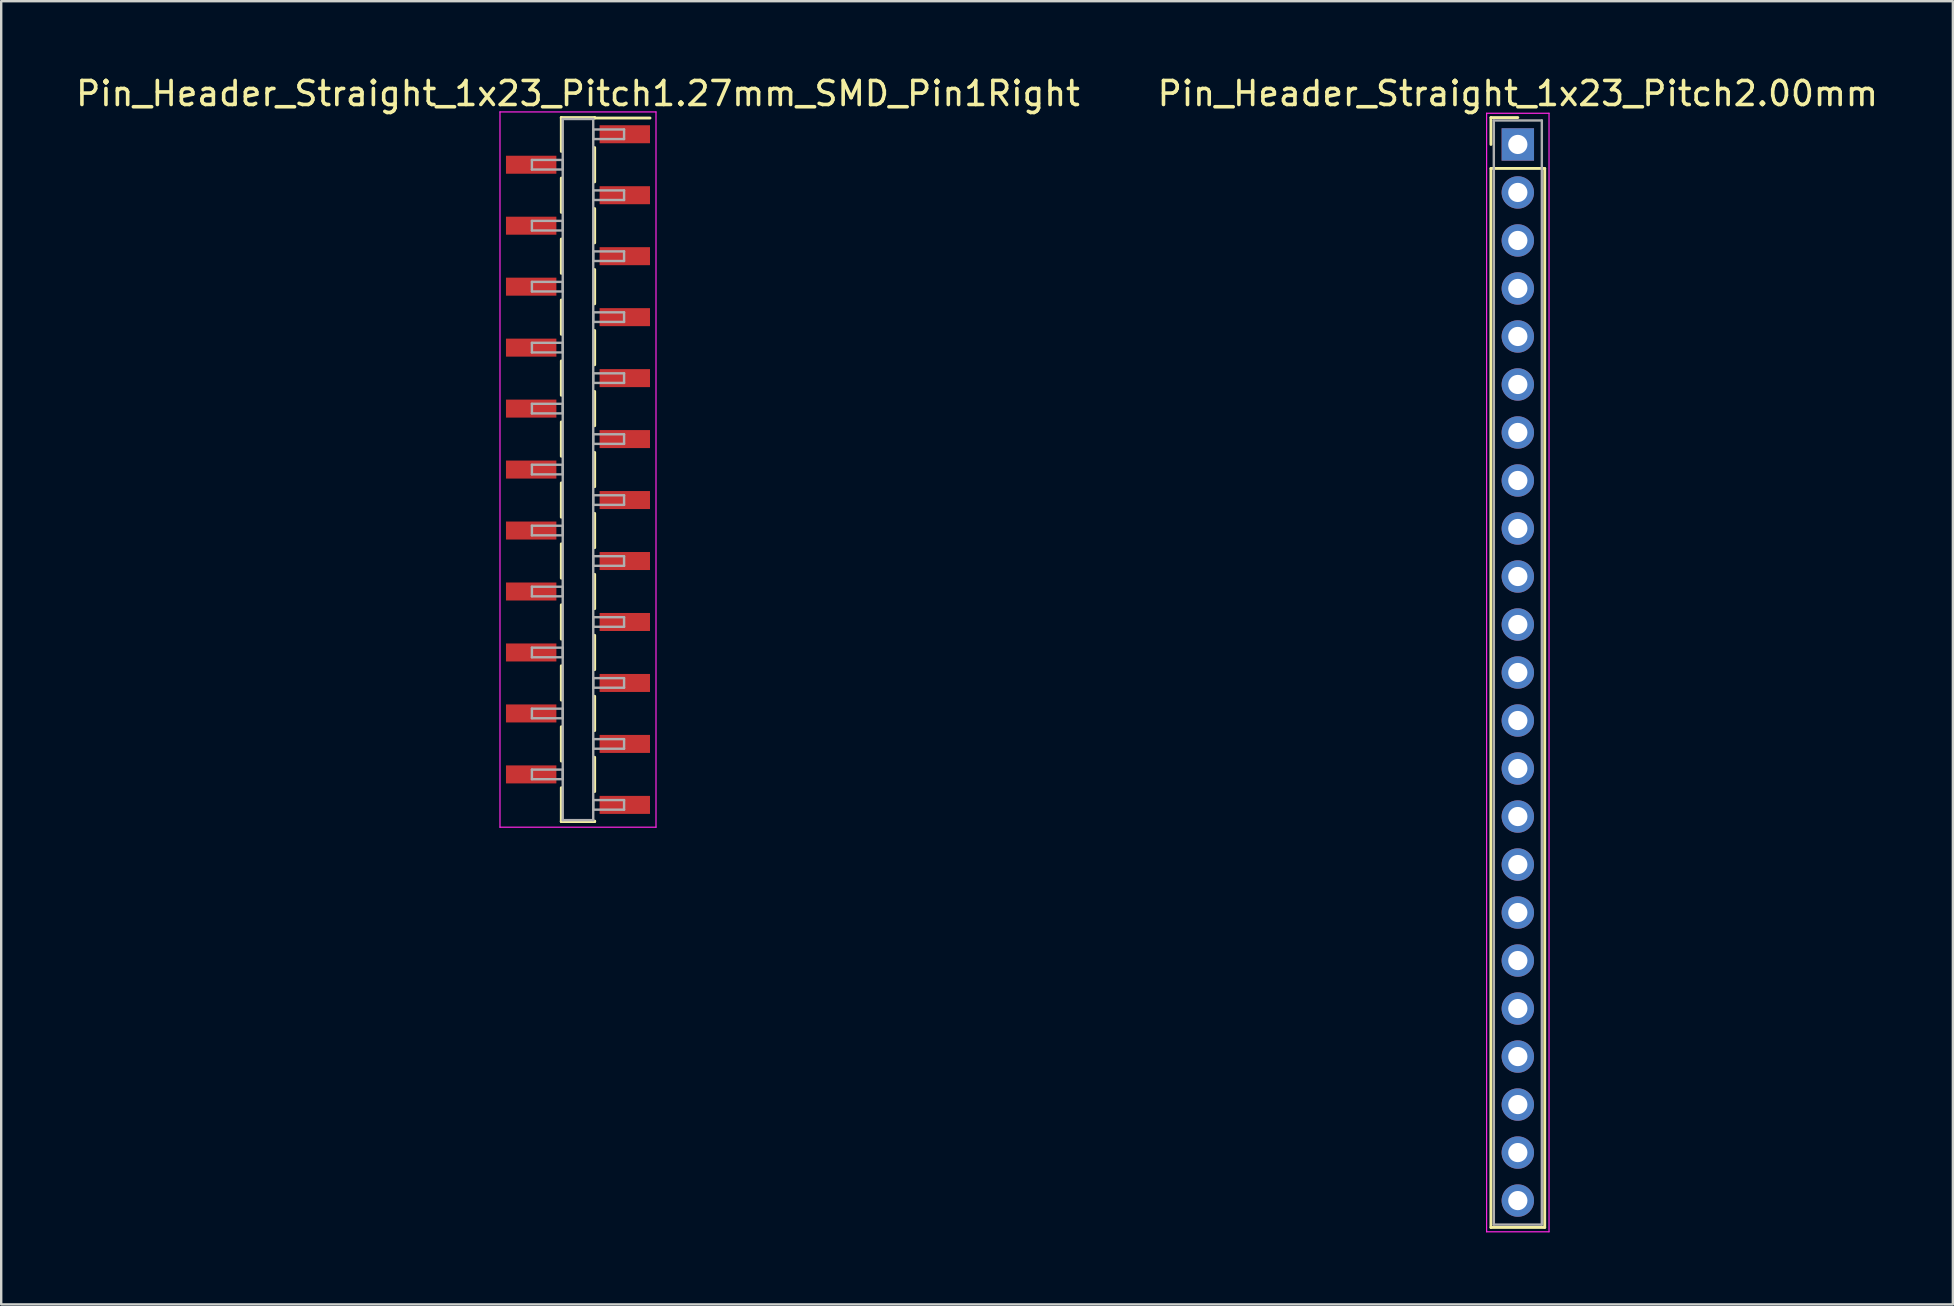
<source format=kicad_pcb>
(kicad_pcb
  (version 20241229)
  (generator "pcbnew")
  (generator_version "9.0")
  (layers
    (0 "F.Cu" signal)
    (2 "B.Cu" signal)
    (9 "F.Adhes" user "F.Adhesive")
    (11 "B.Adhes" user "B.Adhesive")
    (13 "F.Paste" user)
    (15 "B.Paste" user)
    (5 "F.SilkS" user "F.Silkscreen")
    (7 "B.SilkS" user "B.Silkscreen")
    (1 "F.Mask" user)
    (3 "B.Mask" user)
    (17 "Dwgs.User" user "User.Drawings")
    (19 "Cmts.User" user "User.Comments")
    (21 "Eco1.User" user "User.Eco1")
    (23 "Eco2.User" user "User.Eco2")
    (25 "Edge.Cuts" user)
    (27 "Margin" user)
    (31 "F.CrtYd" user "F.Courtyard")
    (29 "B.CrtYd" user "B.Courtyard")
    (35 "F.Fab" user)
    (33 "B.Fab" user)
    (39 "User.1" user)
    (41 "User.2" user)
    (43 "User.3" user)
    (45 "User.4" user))
  (footprint "Pin_Header_Straight_1x23_Pitch2.00mm"
    (layer "F.Cu")
    (at 60.185 2.968)
    (property "Reference" "Pin_Header_Straight_1x23_Pitch2.00mm" (at 0 -2.12 0) (layer "F.SilkS") (effects (font (size 1 1) (thickness 0.15))))
    (attr through_hole)
    (fp_line (start -1.12 -1.12) (end 0 -1.12) (stroke (width 0.12) (type solid)) (layer "F.SilkS"))
    (fp_line (start -1.12 0) (end -1.12 -1.12) (stroke (width 0.12) (type solid)) (layer "F.SilkS"))
    (fp_line (start -1.12 1) (end -1.12 45.12) (stroke (width 0.12) (type solid)) (layer "F.SilkS"))
    (fp_line (start -1.12 45.12) (end 1.12 45.12) (stroke (width 0.12) (type solid)) (layer "F.SilkS"))
    (fp_line (start 1.12 1) (end -1.12 1) (stroke (width 0.12) (type solid)) (layer "F.SilkS"))
    (fp_line (start 1.12 45.12) (end 1.12 1) (stroke (width 0.12) (type solid)) (layer "F.SilkS"))
    (fp_line (start -1.3 -1.3) (end -1.3 45.3) (stroke (width 0.05) (type solid)) (layer "F.CrtYd"))
    (fp_line (start -1.3 45.3) (end 1.3 45.3) (stroke (width 0.05) (type solid)) (layer "F.CrtYd"))
    (fp_line (start 1.3 -1.3) (end -1.3 -1.3) (stroke (width 0.05) (type solid)) (layer "F.CrtYd"))
    (fp_line (start 1.3 45.3) (end 1.3 -1.3) (stroke (width 0.05) (type solid)) (layer "F.CrtYd"))
    (fp_line (start -1 -1) (end -1 45) (stroke (width 0.1) (type solid)) (layer "F.Fab"))
    (fp_line (start -1 45) (end 1 45) (stroke (width 0.1) (type solid)) (layer "F.Fab"))
    (fp_line (start 1 -1) (end -1 -1) (stroke (width 0.1) (type solid)) (layer "F.Fab"))
    (fp_line (start 1 45) (end 1 -1) (stroke (width 0.1) (type solid)) (layer "F.Fab"))
    (pad "1" thru_hole rect (at 0 0) (size 1.35 1.35) (drill 0.8) (layers "*.Cu" "*.Mask"))
    (pad "2" thru_hole oval (at 0 2) (size 1.35 1.35) (drill 0.8) (layers "*.Cu" "*.Mask"))
    (pad "3" thru_hole oval (at 0 4) (size 1.35 1.35) (drill 0.8) (layers "*.Cu" "*.Mask"))
    (pad "4" thru_hole oval (at 0 6) (size 1.35 1.35) (drill 0.8) (layers "*.Cu" "*.Mask"))
    (pad "5" thru_hole oval (at 0 8) (size 1.35 1.35) (drill 0.8) (layers "*.Cu" "*.Mask"))
    (pad "6" thru_hole oval (at 0 10) (size 1.35 1.35) (drill 0.8) (layers "*.Cu" "*.Mask"))
    (pad "7" thru_hole oval (at 0 12) (size 1.35 1.35) (drill 0.8) (layers "*.Cu" "*.Mask"))
    (pad "8" thru_hole oval (at 0 14) (size 1.35 1.35) (drill 0.8) (layers "*.Cu" "*.Mask"))
    (pad "9" thru_hole oval (at 0 16) (size 1.35 1.35) (drill 0.8) (layers "*.Cu" "*.Mask"))
    (pad "10" thru_hole oval (at 0 18) (size 1.35 1.35) (drill 0.8) (layers "*.Cu" "*.Mask"))
    (pad "11" thru_hole oval (at 0 20) (size 1.35 1.35) (drill 0.8) (layers "*.Cu" "*.Mask"))
    (pad "12" thru_hole oval (at 0 22) (size 1.35 1.35) (drill 0.8) (layers "*.Cu" "*.Mask"))
    (pad "13" thru_hole oval (at 0 24) (size 1.35 1.35) (drill 0.8) (layers "*.Cu" "*.Mask"))
    (pad "14" thru_hole oval (at 0 26) (size 1.35 1.35) (drill 0.8) (layers "*.Cu" "*.Mask"))
    (pad "15" thru_hole oval (at 0 28) (size 1.35 1.35) (drill 0.8) (layers "*.Cu" "*.Mask"))
    (pad "16" thru_hole oval (at 0 30) (size 1.35 1.35) (drill 0.8) (layers "*.Cu" "*.Mask"))
    (pad "17" thru_hole oval (at 0 32) (size 1.35 1.35) (drill 0.8) (layers "*.Cu" "*.Mask"))
    (pad "18" thru_hole oval (at 0 34) (size 1.35 1.35) (drill 0.8) (layers "*.Cu" "*.Mask"))
    (pad "19" thru_hole oval (at 0 36) (size 1.35 1.35) (drill 0.8) (layers "*.Cu" "*.Mask"))
    (pad "20" thru_hole oval (at 0 38) (size 1.35 1.35) (drill 0.8) (layers "*.Cu" "*.Mask"))
    (pad "21" thru_hole oval (at 0 40) (size 1.35 1.35) (drill 0.8) (layers "*.Cu" "*.Mask"))
    (pad "22" thru_hole oval (at 0 42) (size 1.35 1.35) (drill 0.8) (layers "*.Cu" "*.Mask"))
    (pad "23" thru_hole oval (at 0 44) (size 1.35 1.35) (drill 0.8) (layers "*.Cu" "*.Mask")))
  (footprint "Pin_Header_Straight_1x23_Pitch1.27mm_SMD_Pin1Right"
    (layer "F.Cu")
    (at 21.03 16.513)
    (property "Reference" "Pin_Header_Straight_1x23_Pitch1.27mm_SMD_Pin1Right" (at 0 -15.665 0) (layer "F.SilkS") (effects (font (size 1 1) (thickness 0.15))))
    (attr smd)
    (fp_line (start -0.695 -14.665) (end -0.695 -13.255) (stroke (width 0.12) (type solid)) (layer "F.SilkS"))
    (fp_line (start -0.695 -14.665) (end 0.695 -14.665) (stroke (width 0.12) (type solid)) (layer "F.SilkS"))
    (fp_line (start -0.695 -14.645) (end -0.695 -14.665) (stroke (width 0.12) (type solid)) (layer "F.SilkS"))
    (fp_line (start -0.695 -12.145) (end -0.695 -10.715) (stroke (width 0.12) (type solid)) (layer "F.SilkS"))
    (fp_line (start -0.695 -9.605) (end -0.695 -8.175) (stroke (width 0.12) (type solid)) (layer "F.SilkS"))
    (fp_line (start -0.695 -7.065) (end -0.695 -5.635) (stroke (width 0.12) (type solid)) (layer "F.SilkS"))
    (fp_line (start -0.695 -4.525) (end -0.695 -3.095) (stroke (width 0.12) (type solid)) (layer "F.SilkS"))
    (fp_line (start -0.695 -1.985) (end -0.695 -0.555) (stroke (width 0.12) (type solid)) (layer "F.SilkS"))
    (fp_line (start -0.695 0.555) (end -0.695 1.985) (stroke (width 0.12) (type solid)) (layer "F.SilkS"))
    (fp_line (start -0.695 3.095) (end -0.695 4.525) (stroke (width 0.12) (type solid)) (layer "F.SilkS"))
    (fp_line (start -0.695 5.635) (end -0.695 7.065) (stroke (width 0.12) (type solid)) (layer "F.SilkS"))
    (fp_line (start -0.695 8.175) (end -0.695 9.605) (stroke (width 0.12) (type solid)) (layer "F.SilkS"))
    (fp_line (start -0.695 10.715) (end -0.695 12.145) (stroke (width 0.12) (type solid)) (layer "F.SilkS"))
    (fp_line (start -0.695 13.255) (end -0.695 14.665) (stroke (width 0.12) (type solid)) (layer "F.SilkS"))
    (fp_line (start -0.695 14.645) (end -0.695 14.665) (stroke (width 0.12) (type solid)) (layer "F.SilkS"))
    (fp_line (start -0.695 14.665) (end 0.695 14.665) (stroke (width 0.12) (type solid)) (layer "F.SilkS"))
    (fp_line (start 0.695 -14.665) (end 0.695 -14.645) (stroke (width 0.12) (type solid)) (layer "F.SilkS"))
    (fp_line (start 0.695 -14.645) (end 3 -14.645) (stroke (width 0.12) (type solid)) (layer "F.SilkS"))
    (fp_line (start 0.695 -13.415) (end 0.695 -11.985) (stroke (width 0.12) (type solid)) (layer "F.SilkS"))
    (fp_line (start 0.695 -10.875) (end 0.695 -9.445) (stroke (width 0.12) (type solid)) (layer "F.SilkS"))
    (fp_line (start 0.695 -8.335) (end 0.695 -6.905) (stroke (width 0.12) (type solid)) (layer "F.SilkS"))
    (fp_line (start 0.695 -5.795) (end 0.695 -4.365) (stroke (width 0.12) (type solid)) (layer "F.SilkS"))
    (fp_line (start 0.695 -3.255) (end 0.695 -1.825) (stroke (width 0.12) (type solid)) (layer "F.SilkS"))
    (fp_line (start 0.695 -0.715) (end 0.695 0.715) (stroke (width 0.12) (type solid)) (layer "F.SilkS"))
    (fp_line (start 0.695 1.825) (end 0.695 3.255) (stroke (width 0.12) (type solid)) (layer "F.SilkS"))
    (fp_line (start 0.695 4.365) (end 0.695 5.795) (stroke (width 0.12) (type solid)) (layer "F.SilkS"))
    (fp_line (start 0.695 6.905) (end 0.695 8.335) (stroke (width 0.12) (type solid)) (layer "F.SilkS"))
    (fp_line (start 0.695 9.445) (end 0.695 10.875) (stroke (width 0.12) (type solid)) (layer "F.SilkS"))
    (fp_line (start 0.695 11.985) (end 0.695 13.415) (stroke (width 0.12) (type solid)) (layer "F.SilkS"))
    (fp_line (start 0.695 14.665) (end 0.695 14.645) (stroke (width 0.12) (type solid)) (layer "F.SilkS"))
    (fp_line (start -3.25 -14.9) (end -3.25 14.9) (stroke (width 0.05) (type solid)) (layer "F.CrtYd"))
    (fp_line (start -3.25 14.9) (end 3.25 14.9) (stroke (width 0.05) (type solid)) (layer "F.CrtYd"))
    (fp_line (start 3.25 -14.9) (end -3.25 -14.9) (stroke (width 0.05) (type solid)) (layer "F.CrtYd"))
    (fp_line (start 3.25 14.9) (end 3.25 -14.9) (stroke (width 0.05) (type solid)) (layer "F.CrtYd"))
    (fp_line (start -1.92 -12.9) (end -0.635 -12.9) (stroke (width 0.1) (type solid)) (layer "F.Fab"))
    (fp_line (start -1.92 -12.5) (end -1.92 -12.9) (stroke (width 0.1) (type solid)) (layer "F.Fab"))
    (fp_line (start -1.92 -10.36) (end -0.635 -10.36) (stroke (width 0.1) (type solid)) (layer "F.Fab"))
    (fp_line (start -1.92 -9.96) (end -1.92 -10.36) (stroke (width 0.1) (type solid)) (layer "F.Fab"))
    (fp_line (start -1.92 -7.82) (end -0.635 -7.82) (stroke (width 0.1) (type solid)) (layer "F.Fab"))
    (fp_line (start -1.92 -7.42) (end -1.92 -7.82) (stroke (width 0.1) (type solid)) (layer "F.Fab"))
    (fp_line (start -1.92 -5.28) (end -0.635 -5.28) (stroke (width 0.1) (type solid)) (layer "F.Fab"))
    (fp_line (start -1.92 -4.88) (end -1.92 -5.28) (stroke (width 0.1) (type solid)) (layer "F.Fab"))
    (fp_line (start -1.92 -2.74) (end -0.635 -2.74) (stroke (width 0.1) (type solid)) (layer "F.Fab"))
    (fp_line (start -1.92 -2.34) (end -1.92 -2.74) (stroke (width 0.1) (type solid)) (layer "F.Fab"))
    (fp_line (start -1.92 -0.2) (end -0.635 -0.2) (stroke (width 0.1) (type solid)) (layer "F.Fab"))
    (fp_line (start -1.92 0.2) (end -1.92 -0.2) (stroke (width 0.1) (type solid)) (layer "F.Fab"))
    (fp_line (start -1.92 2.34) (end -0.635 2.34) (stroke (width 0.1) (type solid)) (layer "F.Fab"))
    (fp_line (start -1.92 2.74) (end -1.92 2.34) (stroke (width 0.1) (type solid)) (layer "F.Fab"))
    (fp_line (start -1.92 4.88) (end -0.635 4.88) (stroke (width 0.1) (type solid)) (layer "F.Fab"))
    (fp_line (start -1.92 5.28) (end -1.92 4.88) (stroke (width 0.1) (type solid)) (layer "F.Fab"))
    (fp_line (start -1.92 7.42) (end -0.635 7.42) (stroke (width 0.1) (type solid)) (layer "F.Fab"))
    (fp_line (start -1.92 7.82) (end -1.92 7.42) (stroke (width 0.1) (type solid)) (layer "F.Fab"))
    (fp_line (start -1.92 9.96) (end -0.635 9.96) (stroke (width 0.1) (type solid)) (layer "F.Fab"))
    (fp_line (start -1.92 10.36) (end -1.92 9.96) (stroke (width 0.1) (type solid)) (layer "F.Fab"))
    (fp_line (start -1.92 12.5) (end -0.635 12.5) (stroke (width 0.1) (type solid)) (layer "F.Fab"))
    (fp_line (start -1.92 12.9) (end -1.92 12.5) (stroke (width 0.1) (type solid)) (layer "F.Fab"))
    (fp_line (start -0.635 -14.605) (end -0.635 14.605) (stroke (width 0.1) (type solid)) (layer "F.Fab"))
    (fp_line (start -0.635 -12.9) (end -0.635 -12.5) (stroke (width 0.1) (type solid)) (layer "F.Fab"))
    (fp_line (start -0.635 -12.5) (end -1.92 -12.5) (stroke (width 0.1) (type solid)) (layer "F.Fab"))
    (fp_line (start -0.635 -10.36) (end -0.635 -9.96) (stroke (width 0.1) (type solid)) (layer "F.Fab"))
    (fp_line (start -0.635 -9.96) (end -1.92 -9.96) (stroke (width 0.1) (type solid)) (layer "F.Fab"))
    (fp_line (start -0.635 -7.82) (end -0.635 -7.42) (stroke (width 0.1) (type solid)) (layer "F.Fab"))
    (fp_line (start -0.635 -7.42) (end -1.92 -7.42) (stroke (width 0.1) (type solid)) (layer "F.Fab"))
    (fp_line (start -0.635 -5.28) (end -0.635 -4.88) (stroke (width 0.1) (type solid)) (layer "F.Fab"))
    (fp_line (start -0.635 -4.88) (end -1.92 -4.88) (stroke (width 0.1) (type solid)) (layer "F.Fab"))
    (fp_line (start -0.635 -2.74) (end -0.635 -2.34) (stroke (width 0.1) (type solid)) (layer "F.Fab"))
    (fp_line (start -0.635 -2.34) (end -1.92 -2.34) (stroke (width 0.1) (type solid)) (layer "F.Fab"))
    (fp_line (start -0.635 -0.2) (end -0.635 0.2) (stroke (width 0.1) (type solid)) (layer "F.Fab"))
    (fp_line (start -0.635 0.2) (end -1.92 0.2) (stroke (width 0.1) (type solid)) (layer "F.Fab"))
    (fp_line (start -0.635 2.34) (end -0.635 2.74) (stroke (width 0.1) (type solid)) (layer "F.Fab"))
    (fp_line (start -0.635 2.74) (end -1.92 2.74) (stroke (width 0.1) (type solid)) (layer "F.Fab"))
    (fp_line (start -0.635 4.88) (end -0.635 5.28) (stroke (width 0.1) (type solid)) (layer "F.Fab"))
    (fp_line (start -0.635 5.28) (end -1.92 5.28) (stroke (width 0.1) (type solid)) (layer "F.Fab"))
    (fp_line (start -0.635 7.42) (end -0.635 7.82) (stroke (width 0.1) (type solid)) (layer "F.Fab"))
    (fp_line (start -0.635 7.82) (end -1.92 7.82) (stroke (width 0.1) (type solid)) (layer "F.Fab"))
    (fp_line (start -0.635 9.96) (end -0.635 10.36) (stroke (width 0.1) (type solid)) (layer "F.Fab"))
    (fp_line (start -0.635 10.36) (end -1.92 10.36) (stroke (width 0.1) (type solid)) (layer "F.Fab"))
    (fp_line (start -0.635 12.5) (end -0.635 12.9) (stroke (width 0.1) (type solid)) (layer "F.Fab"))
    (fp_line (start -0.635 12.9) (end -1.92 12.9) (stroke (width 0.1) (type solid)) (layer "F.Fab"))
    (fp_line (start -0.635 14.605) (end 0.635 14.605) (stroke (width 0.1) (type solid)) (layer "F.Fab"))
    (fp_line (start 0.635 -14.605) (end -0.635 -14.605) (stroke (width 0.1) (type solid)) (layer "F.Fab"))
    (fp_line (start 0.635 -14.17) (end 0.635 -13.77) (stroke (width 0.1) (type solid)) (layer "F.Fab"))
    (fp_line (start 0.635 -13.77) (end 1.92 -13.77) (stroke (width 0.1) (type solid)) (layer "F.Fab"))
    (fp_line (start 0.635 -11.63) (end 0.635 -11.23) (stroke (width 0.1) (type solid)) (layer "F.Fab"))
    (fp_line (start 0.635 -11.23) (end 1.92 -11.23) (stroke (width 0.1) (type solid)) (layer "F.Fab"))
    (fp_line (start 0.635 -9.09) (end 0.635 -8.69) (stroke (width 0.1) (type solid)) (layer "F.Fab"))
    (fp_line (start 0.635 -8.69) (end 1.92 -8.69) (stroke (width 0.1) (type solid)) (layer "F.Fab"))
    (fp_line (start 0.635 -6.55) (end 0.635 -6.15) (stroke (width 0.1) (type solid)) (layer "F.Fab"))
    (fp_line (start 0.635 -6.15) (end 1.92 -6.15) (stroke (width 0.1) (type solid)) (layer "F.Fab"))
    (fp_line (start 0.635 -4.01) (end 0.635 -3.61) (stroke (width 0.1) (type solid)) (layer "F.Fab"))
    (fp_line (start 0.635 -3.61) (end 1.92 -3.61) (stroke (width 0.1) (type solid)) (layer "F.Fab"))
    (fp_line (start 0.635 -1.47) (end 0.635 -1.07) (stroke (width 0.1) (type solid)) (layer "F.Fab"))
    (fp_line (start 0.635 -1.07) (end 1.92 -1.07) (stroke (width 0.1) (type solid)) (layer "F.Fab"))
    (fp_line (start 0.635 1.07) (end 0.635 1.47) (stroke (width 0.1) (type solid)) (layer "F.Fab"))
    (fp_line (start 0.635 1.47) (end 1.92 1.47) (stroke (width 0.1) (type solid)) (layer "F.Fab"))
    (fp_line (start 0.635 3.61) (end 0.635 4.01) (stroke (width 0.1) (type solid)) (layer "F.Fab"))
    (fp_line (start 0.635 4.01) (end 1.92 4.01) (stroke (width 0.1) (type solid)) (layer "F.Fab"))
    (fp_line (start 0.635 6.15) (end 0.635 6.55) (stroke (width 0.1) (type solid)) (layer "F.Fab"))
    (fp_line (start 0.635 6.55) (end 1.92 6.55) (stroke (width 0.1) (type solid)) (layer "F.Fab"))
    (fp_line (start 0.635 8.69) (end 0.635 9.09) (stroke (width 0.1) (type solid)) (layer "F.Fab"))
    (fp_line (start 0.635 9.09) (end 1.92 9.09) (stroke (width 0.1) (type solid)) (layer "F.Fab"))
    (fp_line (start 0.635 11.23) (end 0.635 11.63) (stroke (width 0.1) (type solid)) (layer "F.Fab"))
    (fp_line (start 0.635 11.63) (end 1.92 11.63) (stroke (width 0.1) (type solid)) (layer "F.Fab"))
    (fp_line (start 0.635 13.77) (end 0.635 14.17) (stroke (width 0.1) (type solid)) (layer "F.Fab"))
    (fp_line (start 0.635 14.17) (end 1.92 14.17) (stroke (width 0.1) (type solid)) (layer "F.Fab"))
    (fp_line (start 0.635 14.605) (end 0.635 -14.605) (stroke (width 0.1) (type solid)) (layer "F.Fab"))
    (fp_line (start 1.92 -14.17) (end 0.635 -14.17) (stroke (width 0.1) (type solid)) (layer "F.Fab"))
    (fp_line (start 1.92 -13.77) (end 1.92 -14.17) (stroke (width 0.1) (type solid)) (layer "F.Fab"))
    (fp_line (start 1.92 -11.63) (end 0.635 -11.63) (stroke (width 0.1) (type solid)) (layer "F.Fab"))
    (fp_line (start 1.92 -11.23) (end 1.92 -11.63) (stroke (width 0.1) (type solid)) (layer "F.Fab"))
    (fp_line (start 1.92 -9.09) (end 0.635 -9.09) (stroke (width 0.1) (type solid)) (layer "F.Fab"))
    (fp_line (start 1.92 -8.69) (end 1.92 -9.09) (stroke (width 0.1) (type solid)) (layer "F.Fab"))
    (fp_line (start 1.92 -6.55) (end 0.635 -6.55) (stroke (width 0.1) (type solid)) (layer "F.Fab"))
    (fp_line (start 1.92 -6.15) (end 1.92 -6.55) (stroke (width 0.1) (type solid)) (layer "F.Fab"))
    (fp_line (start 1.92 -4.01) (end 0.635 -4.01) (stroke (width 0.1) (type solid)) (layer "F.Fab"))
    (fp_line (start 1.92 -3.61) (end 1.92 -4.01) (stroke (width 0.1) (type solid)) (layer "F.Fab"))
    (fp_line (start 1.92 -1.47) (end 0.635 -1.47) (stroke (width 0.1) (type solid)) (layer "F.Fab"))
    (fp_line (start 1.92 -1.07) (end 1.92 -1.47) (stroke (width 0.1) (type solid)) (layer "F.Fab"))
    (fp_line (start 1.92 1.07) (end 0.635 1.07) (stroke (width 0.1) (type solid)) (layer "F.Fab"))
    (fp_line (start 1.92 1.47) (end 1.92 1.07) (stroke (width 0.1) (type solid)) (layer "F.Fab"))
    (fp_line (start 1.92 3.61) (end 0.635 3.61) (stroke (width 0.1) (type solid)) (layer "F.Fab"))
    (fp_line (start 1.92 4.01) (end 1.92 3.61) (stroke (width 0.1) (type solid)) (layer "F.Fab"))
    (fp_line (start 1.92 6.15) (end 0.635 6.15) (stroke (width 0.1) (type solid)) (layer "F.Fab"))
    (fp_line (start 1.92 6.55) (end 1.92 6.15) (stroke (width 0.1) (type solid)) (layer "F.Fab"))
    (fp_line (start 1.92 8.69) (end 0.635 8.69) (stroke (width 0.1) (type solid)) (layer "F.Fab"))
    (fp_line (start 1.92 9.09) (end 1.92 8.69) (stroke (width 0.1) (type solid)) (layer "F.Fab"))
    (fp_line (start 1.92 11.23) (end 0.635 11.23) (stroke (width 0.1) (type solid)) (layer "F.Fab"))
    (fp_line (start 1.92 11.63) (end 1.92 11.23) (stroke (width 0.1) (type solid)) (layer "F.Fab"))
    (fp_line (start 1.92 13.77) (end 0.635 13.77) (stroke (width 0.1) (type solid)) (layer "F.Fab"))
    (fp_line (start 1.92 14.17) (end 1.92 13.77) (stroke (width 0.1) (type solid)) (layer "F.Fab"))
    (pad "1" smd rect (at 1.95 -13.97) (size 2.1 0.75) (layers "F.Cu" "F.Mask"))
    (pad "2" smd rect (at -1.95 -12.7) (size 2.1 0.75) (layers "F.Cu" "F.Mask"))
    (pad "3" smd rect (at 1.95 -11.43) (size 2.1 0.75) (layers "F.Cu" "F.Mask"))
    (pad "4" smd rect (at -1.95 -10.16) (size 2.1 0.75) (layers "F.Cu" "F.Mask"))
    (pad "5" smd rect (at 1.95 -8.89) (size 2.1 0.75) (layers "F.Cu" "F.Mask"))
    (pad "6" smd rect (at -1.95 -7.62) (size 2.1 0.75) (layers "F.Cu" "F.Mask"))
    (pad "7" smd rect (at 1.95 -6.35) (size 2.1 0.75) (layers "F.Cu" "F.Mask"))
    (pad "8" smd rect (at -1.95 -5.08) (size 2.1 0.75) (layers "F.Cu" "F.Mask"))
    (pad "9" smd rect (at 1.95 -3.81) (size 2.1 0.75) (layers "F.Cu" "F.Mask"))
    (pad "10" smd rect (at -1.95 -2.54) (size 2.1 0.75) (layers "F.Cu" "F.Mask"))
    (pad "11" smd rect (at 1.95 -1.27) (size 2.1 0.75) (layers "F.Cu" "F.Mask"))
    (pad "12" smd rect (at -1.95 0) (size 2.1 0.75) (layers "F.Cu" "F.Mask"))
    (pad "13" smd rect (at 1.95 1.27) (size 2.1 0.75) (layers "F.Cu" "F.Mask"))
    (pad "14" smd rect (at -1.95 2.54) (size 2.1 0.75) (layers "F.Cu" "F.Mask"))
    (pad "15" smd rect (at 1.95 3.81) (size 2.1 0.75) (layers "F.Cu" "F.Mask"))
    (pad "16" smd rect (at -1.95 5.08) (size 2.1 0.75) (layers "F.Cu" "F.Mask"))
    (pad "17" smd rect (at 1.95 6.35) (size 2.1 0.75) (layers "F.Cu" "F.Mask"))
    (pad "18" smd rect (at -1.95 7.62) (size 2.1 0.75) (layers "F.Cu" "F.Mask"))
    (pad "19" smd rect (at 1.95 8.89) (size 2.1 0.75) (layers "F.Cu" "F.Mask"))
    (pad "20" smd rect (at -1.95 10.16) (size 2.1 0.75) (layers "F.Cu" "F.Mask"))
    (pad "21" smd rect (at 1.95 11.43) (size 2.1 0.75) (layers "F.Cu" "F.Mask"))
    (pad "22" smd rect (at -1.95 12.7) (size 2.1 0.75) (layers "F.Cu" "F.Mask"))
    (pad "23" smd rect (at 1.95 13.97) (size 2.1 0.75) (layers "F.Cu" "F.Mask")))
  (gr_rect
    (start -3 -3)
    (end 78.31 51.293)
    (stroke (width 0.1) (type default))
    (fill no)
    (layer "Edge.Cuts")))
</source>
